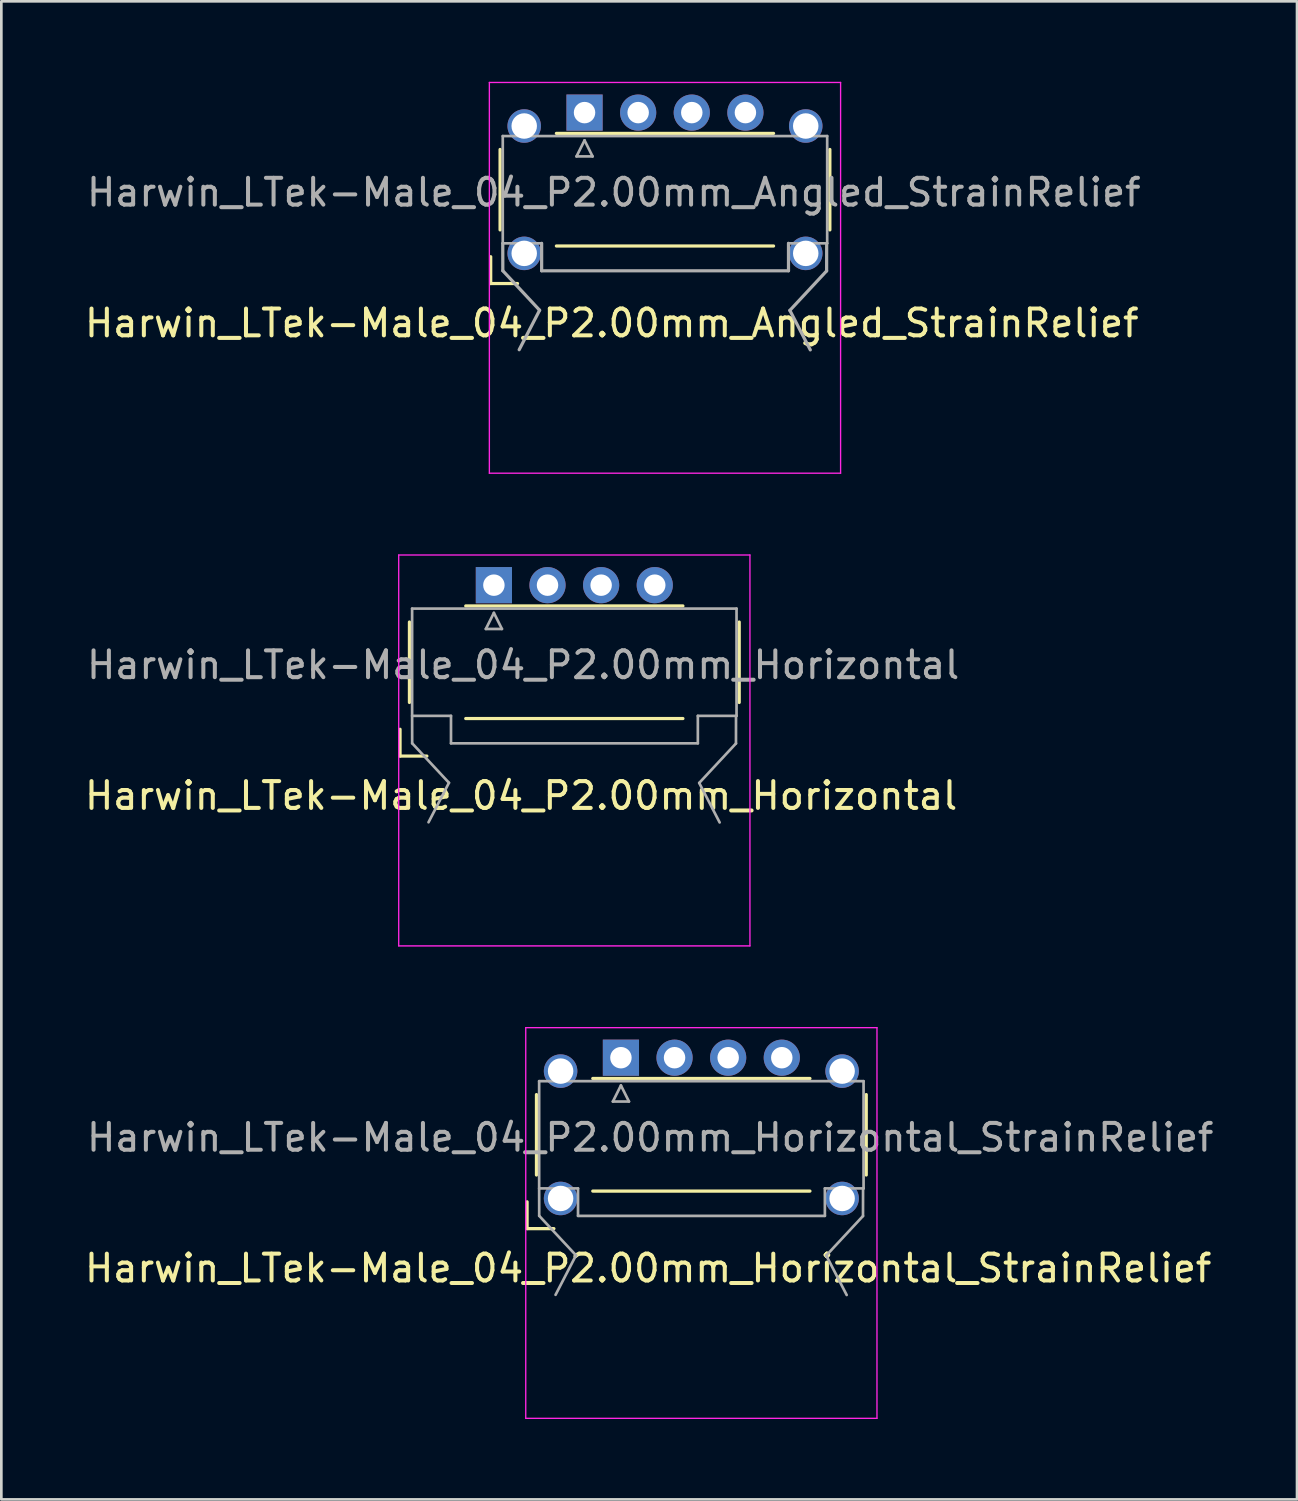
<source format=kicad_pcb>
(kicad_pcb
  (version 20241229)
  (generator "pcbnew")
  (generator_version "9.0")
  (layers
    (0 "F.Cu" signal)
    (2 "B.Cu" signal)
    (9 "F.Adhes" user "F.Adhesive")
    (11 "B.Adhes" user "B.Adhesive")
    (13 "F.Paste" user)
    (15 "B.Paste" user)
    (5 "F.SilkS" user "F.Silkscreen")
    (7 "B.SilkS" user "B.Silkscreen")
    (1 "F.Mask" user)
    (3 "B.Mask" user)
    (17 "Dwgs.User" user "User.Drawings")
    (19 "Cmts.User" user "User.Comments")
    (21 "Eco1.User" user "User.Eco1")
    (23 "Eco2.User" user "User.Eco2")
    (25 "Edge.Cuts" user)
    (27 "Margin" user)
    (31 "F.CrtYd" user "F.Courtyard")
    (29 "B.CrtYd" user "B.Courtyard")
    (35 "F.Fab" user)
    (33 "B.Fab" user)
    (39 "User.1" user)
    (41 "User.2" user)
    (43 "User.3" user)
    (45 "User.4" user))
  (footprint "Harwin_LTek-Male_04_P2.00mm_Angled_StrainRelief"
    (layer "F.Cu")
    (at 18.752 4.025)
    (property "Reference" "Harwin_LTek-Male_04_P2.00mm_Angled_StrainRelief" (at 1.016 4.978 180) (layer "F.SilkS") (effects (font (size 1 1) (thickness 0.15))))
    (attr through_hole)
    (fp_line (start -3.5 2.5) (end -3.5 3.5) (stroke (width 0.12) (type solid)) (layer "F.SilkS"))
    (fp_line (start -3.5 3.5) (end -2.5 3.5) (stroke (width 0.12) (type solid)) (layer "F.SilkS"))
    (fp_line (start -3.15 -1.5) (end -3.15 1.5) (stroke (width 0.12) (type solid)) (layer "F.SilkS"))
    (fp_line (start -1.05 -2.1) (end 7.05 -2.1) (stroke (width 0.12) (type solid)) (layer "F.SilkS"))
    (fp_line (start -1.05 2.1) (end 7.05 2.1) (stroke (width 0.12) (type solid)) (layer "F.SilkS"))
    (fp_line (start 9.15 -1.5) (end 9.15 1.5) (stroke (width 0.12) (type solid)) (layer "F.SilkS"))
    (fp_line (start -3.55 -4) (end -3.55 10.575) (stroke (width 0.05) (type solid)) (layer "F.CrtYd"))
    (fp_line (start -3.55 10.575) (end 9.55 10.575) (stroke (width 0.05) (type solid)) (layer "F.CrtYd"))
    (fp_line (start 9.55 -4) (end -3.55 -4) (stroke (width 0.05) (type solid)) (layer "F.CrtYd"))
    (fp_line (start 9.55 10.575) (end 9.55 -4) (stroke (width 0.05) (type solid)) (layer "F.CrtYd"))
    (fp_line (start -3.05 -2) (end -3.05 2) (stroke (width 0.1) (type solid)) (layer "F.Fab"))
    (fp_line (start -3.048 3.023) (end -3.05 2) (stroke (width 0.12) (type solid)) (layer "F.Fab"))
    (fp_line (start -3.043 2) (end -1.6 2) (stroke (width 0.1) (type solid)) (layer "F.Fab"))
    (fp_line (start -1.676 4.496) (end -3.048 3.023) (stroke (width 0.12) (type solid)) (layer "F.Fab"))
    (fp_line (start -1.676 4.496) (end -2.438 5.969) (stroke (width 0.12) (type solid)) (layer "F.Fab"))
    (fp_line (start -1.6 2) (end -1.6 3.023) (stroke (width 0.12) (type solid)) (layer "F.Fab"))
    (fp_line (start -1.6 3.025) (end 7.607 3.025) (stroke (width 0.12) (type solid)) (layer "F.Fab"))
    (fp_line (start -0.3 -1.241) (end 0.3 -1.241) (stroke (width 0.1) (type solid)) (layer "F.Fab"))
    (fp_line (start 0 -1.841) (end -0.3 -1.241) (stroke (width 0.1) (type solid)) (layer "F.Fab"))
    (fp_line (start 0.3 -1.241) (end 0 -1.841) (stroke (width 0.1) (type solid)) (layer "F.Fab"))
    (fp_line (start 7.607 2) (end 9.05 2) (stroke (width 0.1) (type solid)) (layer "F.Fab"))
    (fp_line (start 7.607 3.023) (end 7.607 2) (stroke (width 0.12) (type solid)) (layer "F.Fab"))
    (fp_line (start 7.658 4.502) (end 8.42 5.975) (stroke (width 0.12) (type solid)) (layer "F.Fab"))
    (fp_line (start 7.658 4.502) (end 9.029 3.029) (stroke (width 0.12) (type solid)) (layer "F.Fab"))
    (fp_line (start 9.029 3.029) (end 9.031 2.006) (stroke (width 0.12) (type solid)) (layer "F.Fab"))
    (fp_line (start 9.05 -2) (end -3.05 -2) (stroke (width 0.1) (type solid)) (layer "F.Fab"))
    (fp_line (start 9.05 2) (end 9.05 -2) (stroke (width 0.1) (type solid)) (layer "F.Fab"))
    (fp_text user "${REFERENCE}" (at 1.092 0.102 0) (layer "F.Fab") (effects (font (size 1 1) (thickness 0.15))))
    (pad "" thru_hole circle (at -2.25 -2.375) (size 1.25 1.25) (drill 0.95) (layers "*.Cu" "*.Mask"))
    (pad "" thru_hole circle (at -2.25 2.375) (size 1.25 1.25) (drill 0.95) (layers "*.Cu" "*.Mask"))
    (pad "" thru_hole circle (at 8.25 -2.375) (size 1.25 1.25) (drill 0.95) (layers "*.Cu" "*.Mask"))
    (pad "" thru_hole circle (at 8.25 2.375) (size 1.25 1.25) (drill 0.95) (layers "*.Cu" "*.Mask"))
    (pad "1" thru_hole rect (at 0 -2.875) (size 1.35 1.35) (drill 0.8) (layers "*.Cu" "*.Mask"))
    (pad "2" thru_hole circle (at 2 -2.875) (size 1.35 1.35) (drill 0.8) (layers "*.Cu" "*.Mask"))
    (pad "3" thru_hole circle (at 4 -2.875) (size 1.35 1.35) (drill 0.8) (layers "*.Cu" "*.Mask"))
    (pad "4" thru_hole circle (at 6 -2.875) (size 1.35 1.35) (drill 0.8) (layers "*.Cu" "*.Mask")))
  (footprint "Harwin_LTek-Male_04_P2.00mm_Horizontal"
    (layer "F.Cu")
    (at 15.371 21.65)
    (property "Reference" "Harwin_LTek-Male_04_P2.00mm_Horizontal" (at 1.016 4.978 180) (layer "F.SilkS") (effects (font (size 1 1) (thickness 0.15))))
    (attr through_hole)
    (fp_line (start -3.5 2.5) (end -3.5 3.5) (stroke (width 0.12) (type solid)) (layer "F.SilkS"))
    (fp_line (start -3.5 3.5) (end -2.5 3.5) (stroke (width 0.12) (type solid)) (layer "F.SilkS"))
    (fp_line (start -3.15 -1.5) (end -3.15 1.5) (stroke (width 0.12) (type solid)) (layer "F.SilkS"))
    (fp_line (start -1.05 -2.1) (end 7.05 -2.1) (stroke (width 0.12) (type solid)) (layer "F.SilkS"))
    (fp_line (start -1.05 2.1) (end 7.05 2.1) (stroke (width 0.12) (type solid)) (layer "F.SilkS"))
    (fp_line (start 9.15 -1.5) (end 9.15 1.5) (stroke (width 0.12) (type solid)) (layer "F.SilkS"))
    (fp_line (start -3.55 -4) (end -3.55 10.58) (stroke (width 0.05) (type solid)) (layer "F.CrtYd"))
    (fp_line (start -3.55 10.58) (end 9.55 10.58) (stroke (width 0.05) (type solid)) (layer "F.CrtYd"))
    (fp_line (start 9.55 -4) (end -3.55 -4) (stroke (width 0.05) (type solid)) (layer "F.CrtYd"))
    (fp_line (start 9.55 10.58) (end 9.55 -4) (stroke (width 0.05) (type solid)) (layer "F.CrtYd"))
    (fp_line (start -3.05 -2) (end -3.05 2) (stroke (width 0.1) (type solid)) (layer "F.Fab"))
    (fp_line (start -3.048 3.023) (end -3.05 2) (stroke (width 0.1) (type solid)) (layer "F.Fab"))
    (fp_line (start -3.043 2) (end -1.6 2) (stroke (width 0.1) (type solid)) (layer "F.Fab"))
    (fp_line (start -1.676 4.496) (end -3.048 3.023) (stroke (width 0.1) (type solid)) (layer "F.Fab"))
    (fp_line (start -1.676 4.496) (end -2.438 5.969) (stroke (width 0.1) (type solid)) (layer "F.Fab"))
    (fp_line (start -1.6 2) (end -1.6 3.023) (stroke (width 0.1) (type solid)) (layer "F.Fab"))
    (fp_line (start -1.6 3.025) (end 7.607 3.025) (stroke (width 0.1) (type solid)) (layer "F.Fab"))
    (fp_line (start -0.3 -1.241) (end 0.3 -1.241) (stroke (width 0.1) (type solid)) (layer "F.Fab"))
    (fp_line (start 0 -1.841) (end -0.3 -1.241) (stroke (width 0.1) (type solid)) (layer "F.Fab"))
    (fp_line (start 0.3 -1.241) (end 0 -1.841) (stroke (width 0.1) (type solid)) (layer "F.Fab"))
    (fp_line (start 7.607 2) (end 9.05 2) (stroke (width 0.1) (type solid)) (layer "F.Fab"))
    (fp_line (start 7.607 3.023) (end 7.607 2) (stroke (width 0.1) (type solid)) (layer "F.Fab"))
    (fp_line (start 7.658 4.502) (end 8.42 5.975) (stroke (width 0.1) (type solid)) (layer "F.Fab"))
    (fp_line (start 7.658 4.502) (end 9.029 3.029) (stroke (width 0.1) (type solid)) (layer "F.Fab"))
    (fp_line (start 9.029 3.029) (end 9.031 2.006) (stroke (width 0.1) (type solid)) (layer "F.Fab"))
    (fp_line (start 9.05 -2) (end -3.05 -2) (stroke (width 0.1) (type solid)) (layer "F.Fab"))
    (fp_line (start 9.05 2) (end 9.05 -2) (stroke (width 0.1) (type solid)) (layer "F.Fab"))
    (fp_text user "${REFERENCE}" (at 1.092 0.102 0) (layer "F.Fab") (effects (font (size 1 1) (thickness 0.15))))
    (pad "1" thru_hole rect (at 0 -2.875) (size 1.35 1.35) (drill 0.8) (layers "*.Cu" "*.Mask"))
    (pad "2" thru_hole circle (at 2 -2.875) (size 1.35 1.35) (drill 0.8) (layers "*.Cu" "*.Mask"))
    (pad "3" thru_hole circle (at 4 -2.875) (size 1.35 1.35) (drill 0.8) (layers "*.Cu" "*.Mask"))
    (pad "4" thru_hole circle (at 6 -2.875) (size 1.35 1.35) (drill 0.8) (layers "*.Cu" "*.Mask")))
  (footprint "Harwin_LTek-Male_04_P2.00mm_Horizontal_StrainRelief"
    (layer "F.Cu")
    (at 20.109 36.4)
    (property "Reference" "Harwin_LTek-Male_04_P2.00mm_Horizontal_StrainRelief" (at 1.016 7.853 180) (layer "F.SilkS") (effects (font (size 1 1) (thickness 0.15))))
    (attr through_hole)
    (fp_line (start -3.5 5.375) (end -3.5 6.375) (stroke (width 0.12) (type solid)) (layer "F.SilkS"))
    (fp_line (start -3.5 6.375) (end -2.5 6.375) (stroke (width 0.12) (type solid)) (layer "F.SilkS"))
    (fp_line (start -3.15 1.375) (end -3.15 4.375) (stroke (width 0.12) (type solid)) (layer "F.SilkS"))
    (fp_line (start -1.05 0.775) (end 7.05 0.775) (stroke (width 0.12) (type solid)) (layer "F.SilkS"))
    (fp_line (start -1.05 4.975) (end 7.05 4.975) (stroke (width 0.12) (type solid)) (layer "F.SilkS"))
    (fp_line (start 9.15 1.375) (end 9.15 4.375) (stroke (width 0.12) (type solid)) (layer "F.SilkS"))
    (fp_line (start -3.55 -1.12) (end -3.55 13.45) (stroke (width 0.05) (type solid)) (layer "F.CrtYd"))
    (fp_line (start -3.55 13.45) (end 9.55 13.45) (stroke (width 0.05) (type solid)) (layer "F.CrtYd"))
    (fp_line (start 9.55 -1.12) (end -3.55 -1.12) (stroke (width 0.05) (type solid)) (layer "F.CrtYd"))
    (fp_line (start 9.55 13.45) (end 9.55 -1.12) (stroke (width 0.05) (type solid)) (layer "F.CrtYd"))
    (fp_line (start -3.05 0.875) (end -3.05 4.875) (stroke (width 0.1) (type solid)) (layer "F.Fab"))
    (fp_line (start -3.048 5.898) (end -3.05 4.875) (stroke (width 0.1) (type solid)) (layer "F.Fab"))
    (fp_line (start -3.043 4.875) (end -1.6 4.875) (stroke (width 0.1) (type solid)) (layer "F.Fab"))
    (fp_line (start -1.676 7.371) (end -3.048 5.898) (stroke (width 0.1) (type solid)) (layer "F.Fab"))
    (fp_line (start -1.676 7.371) (end -2.438 8.844) (stroke (width 0.1) (type solid)) (layer "F.Fab"))
    (fp_line (start -1.6 4.875) (end -1.6 5.898) (stroke (width 0.1) (type solid)) (layer "F.Fab"))
    (fp_line (start -1.6 5.9) (end 7.607 5.9) (stroke (width 0.1) (type solid)) (layer "F.Fab"))
    (fp_line (start -0.3 1.634) (end 0.3 1.634) (stroke (width 0.1) (type solid)) (layer "F.Fab"))
    (fp_line (start 0 1.034) (end -0.3 1.634) (stroke (width 0.1) (type solid)) (layer "F.Fab"))
    (fp_line (start 0.3 1.634) (end 0 1.034) (stroke (width 0.1) (type solid)) (layer "F.Fab"))
    (fp_line (start 7.607 4.875) (end 9.05 4.875) (stroke (width 0.1) (type solid)) (layer "F.Fab"))
    (fp_line (start 7.607 5.898) (end 7.607 4.875) (stroke (width 0.1) (type solid)) (layer "F.Fab"))
    (fp_line (start 7.658 7.377) (end 8.42 8.85) (stroke (width 0.1) (type solid)) (layer "F.Fab"))
    (fp_line (start 7.658 7.377) (end 9.029 5.904) (stroke (width 0.1) (type solid)) (layer "F.Fab"))
    (fp_line (start 9.029 5.904) (end 9.031 4.881) (stroke (width 0.1) (type solid)) (layer "F.Fab"))
    (fp_line (start 9.05 0.875) (end -3.05 0.875) (stroke (width 0.1) (type solid)) (layer "F.Fab"))
    (fp_line (start 9.05 4.875) (end 9.05 0.875) (stroke (width 0.1) (type solid)) (layer "F.Fab"))
    (fp_text user "${REFERENCE}" (at 1.092 2.977 0) (layer "F.Fab") (effects (font (size 1 1) (thickness 0.15))))
    (pad "" thru_hole circle (at -2.25 0.5) (size 1.25 1.25) (drill 0.95) (layers "*.Cu" "*.Mask"))
    (pad "" thru_hole circle (at -2.25 5.25) (size 1.25 1.25) (drill 0.95) (layers "*.Cu" "*.Mask"))
    (pad "" thru_hole circle (at 8.25 0.5) (size 1.25 1.25) (drill 0.95) (layers "*.Cu" "*.Mask"))
    (pad "" thru_hole circle (at 8.25 5.25) (size 1.25 1.25) (drill 0.95) (layers "*.Cu" "*.Mask"))
    (pad "1" thru_hole rect (at 0 0) (size 1.35 1.35) (drill 0.8) (layers "*.Cu" "*.Mask"))
    (pad "2" thru_hole circle (at 2 0) (size 1.35 1.35) (drill 0.8) (layers "*.Cu" "*.Mask"))
    (pad "3" thru_hole circle (at 4 0) (size 1.35 1.35) (drill 0.8) (layers "*.Cu" "*.Mask"))
    (pad "4" thru_hole circle (at 6 0) (size 1.35 1.35) (drill 0.8) (layers "*.Cu" "*.Mask")))
  (gr_rect
    (start -3 -3)
    (end 45.326 52.875)
    (stroke (width 0.1) (type default))
    (fill no)
    (layer "Edge.Cuts")))
</source>
